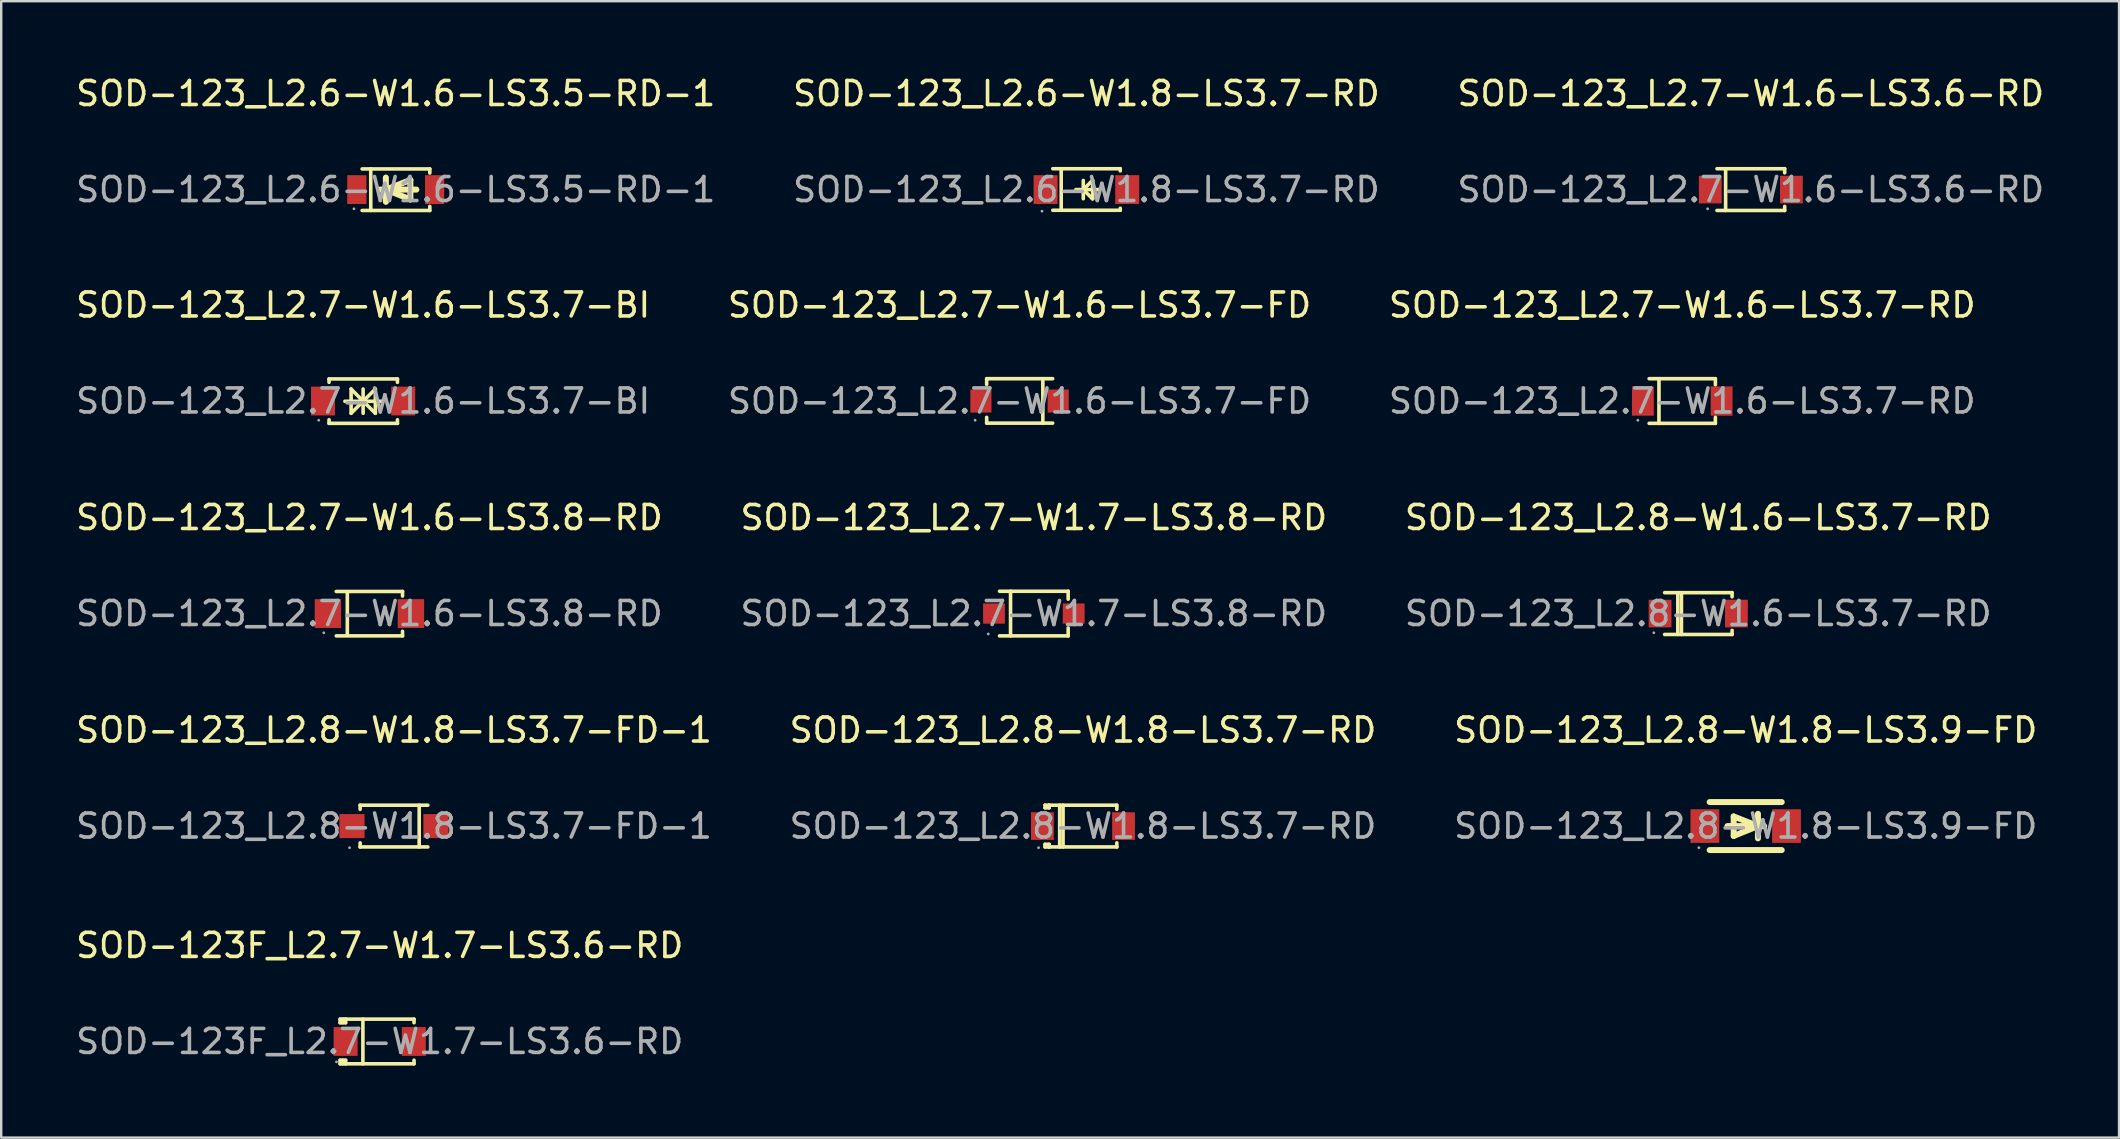
<source format=kicad_pcb>
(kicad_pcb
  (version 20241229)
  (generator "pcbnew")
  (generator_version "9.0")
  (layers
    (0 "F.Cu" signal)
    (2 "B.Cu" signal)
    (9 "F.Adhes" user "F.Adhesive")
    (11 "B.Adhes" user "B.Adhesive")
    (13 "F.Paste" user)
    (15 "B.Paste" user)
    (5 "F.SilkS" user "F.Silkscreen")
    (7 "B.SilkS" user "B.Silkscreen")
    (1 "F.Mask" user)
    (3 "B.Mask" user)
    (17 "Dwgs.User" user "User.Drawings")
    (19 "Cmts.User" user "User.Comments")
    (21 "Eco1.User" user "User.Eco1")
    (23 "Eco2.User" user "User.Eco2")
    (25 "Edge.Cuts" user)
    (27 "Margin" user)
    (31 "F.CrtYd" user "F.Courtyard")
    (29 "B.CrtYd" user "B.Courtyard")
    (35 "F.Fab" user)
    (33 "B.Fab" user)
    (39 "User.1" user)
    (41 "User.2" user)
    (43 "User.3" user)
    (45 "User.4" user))
  (footprint "SOD-123_L2.7-W1.7-LS3.8-RD"
    (layer "F.Cu")
    (at 40.018 22.51)
    (property "Reference" "SOD-123_L2.7-W1.7-LS3.8-RD" (at 0 -4 0) (layer "F.SilkS") (effects (font (size 1 1) (thickness 0.15))))
    (attr through_hole)
    (fp_line (start -1.43 -0.93) (end 1.43 -0.93) (stroke (width 0.15) (type solid)) (layer "F.SilkS"))
    (fp_line (start -1.43 0.93) (end 1.43 0.93) (stroke (width 0.15) (type solid)) (layer "F.SilkS"))
    (fp_line (start -0.97 0.93) (end -0.97 -0.93) (stroke (width 0.15) (type solid)) (layer "F.SilkS"))
    (fp_line (start 1.43 -0.93) (end 1.43 -0.6) (stroke (width 0.15) (type solid)) (layer "F.SilkS"))
    (fp_line (start 1.43 0.6) (end 1.43 0.93) (stroke (width 0.15) (type solid)) (layer "F.SilkS"))
    (fp_circle (center -1.9 0.85) (end -1.87 0.85) (stroke (width 0.06) (type solid)) (fill no) (layer "F.Fab"))
    (fp_text user "${REFERENCE}" (at 0 0 0) (layer "F.Fab") (effects (font (size 1 1) (thickness 0.15))))
    (pad "1" smd rect (at -1.66 0) (size 0.91 0.84) (layers "F.Cu" "F.Mask" "F.Paste"))
    (pad "2" smd rect (at 1.66 0) (size 0.91 0.84) (layers "F.Cu" "F.Mask" "F.Paste")))
  (footprint "SOD-123_L2.7-W1.6-LS3.7-BI"
    (layer "F.Cu")
    (at 12.077 13.656)
    (property "Reference" "SOD-123_L2.7-W1.6-LS3.7-BI" (at 0 -4 0) (layer "F.SilkS") (effects (font (size 1 1) (thickness 0.15))))
    (attr through_hole)
    (fp_line (start -1.42 -0.92) (end -1.42 -0.78) (stroke (width 0.15) (type solid)) (layer "F.SilkS"))
    (fp_line (start -1.42 -0.92) (end 1.43 -0.92) (stroke (width 0.15) (type solid)) (layer "F.SilkS"))
    (fp_line (start -1.42 0.78) (end -1.42 0.93) (stroke (width 0.15) (type solid)) (layer "F.SilkS"))
    (fp_line (start -1.42 0.93) (end 1.43 0.93) (stroke (width 0.15) (type solid)) (layer "F.SilkS"))
    (fp_line (start -0.76 0.01) (end 0.77 0.01) (stroke (width 0.15) (type solid)) (layer "F.SilkS"))
    (fp_line (start -0.5 -0.5) (end -0.5 0.51) (stroke (width 0.15) (type solid)) (layer "F.SilkS"))
    (fp_line (start 0 -0.5) (end 0 0.51) (stroke (width 0.15) (type solid)) (layer "F.SilkS"))
    (fp_line (start 0 0.01) (end -0.5 -0.5) (stroke (width 0.15) (type solid)) (layer "F.SilkS"))
    (fp_line (start 0 0.01) (end -0.5 0.51) (stroke (width 0.15) (type solid)) (layer "F.SilkS"))
    (fp_line (start 0 0.01) (end 0.51 -0.5) (stroke (width 0.15) (type solid)) (layer "F.SilkS"))
    (fp_line (start 0 0.01) (end 0.51 0.51) (stroke (width 0.15) (type solid)) (layer "F.SilkS"))
    (fp_line (start 0.51 0.51) (end 0.51 -0.5) (stroke (width 0.15) (type solid)) (layer "F.SilkS"))
    (fp_line (start 1.43 -0.92) (end 1.43 -0.78) (stroke (width 0.15) (type solid)) (layer "F.SilkS"))
    (fp_line (start 1.43 0.78) (end 1.43 0.93) (stroke (width 0.15) (type solid)) (layer "F.SilkS"))
    (fp_circle (center -1.85 0.8) (end -1.82 0.8) (stroke (width 0.06) (type solid)) (fill no) (layer "F.Fab"))
    (fp_text user "${REFERENCE}" (at 0 0 0) (layer "F.Fab") (effects (font (size 1 1) (thickness 0.15))))
    (pad "1" smd rect (at -1.67 0) (size 1 1.2) (layers "F.Cu" "F.Mask" "F.Paste"))
    (pad "2" smd rect (at 1.67 0) (size 1 1.2) (layers "F.Cu" "F.Mask" "F.Paste")))
  (footprint "SOD-123_L2.6-W1.6-LS3.5-RD-1"
    (layer "F.Cu")
    (at 13.435 4.848)
    (property "Reference" "SOD-123_L2.6-W1.6-LS3.5-RD-1" (at 0 -4 0) (layer "F.SilkS") (effects (font (size 1 1) (thickness 0.15))))
    (attr smd)
    (fp_line (start -1.4 -0.86) (end 1.42 -0.86) (stroke (width 0.15) (type solid)) (layer "F.SilkS"))
    (fp_line (start -1.4 0.87) (end 1.42 0.87) (stroke (width 0.15) (type solid)) (layer "F.SilkS"))
    (fp_line (start -1.04 -0.86) (end -1.04 0.87) (stroke (width 0.15) (type solid)) (layer "F.SilkS"))
    (fp_line (start -0.66 0) (end 0.86 0) (stroke (width 0.25) (type solid)) (layer "F.SilkS"))
    (fp_line (start -0.41 -0.5) (end -0.41 0.51) (stroke (width 0.25) (type solid)) (layer "F.SilkS"))
    (fp_line (start -0.41 0) (end 0.61 -0.4) (stroke (width 0.25) (type solid)) (layer "F.SilkS"))
    (fp_line (start 0.61 -0.4) (end 0.61 0.41) (stroke (width 0.25) (type solid)) (layer "F.SilkS"))
    (fp_line (start 0.61 0.41) (end -0.41 0) (stroke (width 0.25) (type solid)) (layer "F.SilkS"))
    (fp_line (start 1.42 -0.86) (end 1.42 -0.69) (stroke (width 0.15) (type solid)) (layer "F.SilkS"))
    (fp_line (start 1.42 0.87) (end 1.42 0.7) (stroke (width 0.15) (type solid)) (layer "F.SilkS"))
    (fp_circle (center -1.74 0.8) (end -1.71 0.8) (stroke (width 0.06) (type solid)) (fill no) (layer "F.Fab"))
    (fp_text user "${REFERENCE}" (at 0 0 0) (layer "F.Fab") (effects (font (size 1 1) (thickness 0.15))))
    (pad "1" smd rect (at -1.62 0) (size 0.8 1.2) (layers "F.Cu" "F.Mask" "F.Paste"))
    (pad "2" smd rect (at 1.62 0) (size 0.8 1.2) (layers "F.Cu" "F.Mask" "F.Paste")))
  (footprint "SOD-123_L2.8-W1.8-LS3.7-FD-1"
    (layer "F.Cu")
    (at 13.363 31.363)
    (property "Reference" "SOD-123_L2.8-W1.8-LS3.7-FD-1" (at 0 -4 0) (layer "F.SilkS") (effects (font (size 1 1) (thickness 0.15))))
    (attr smd)
    (fp_line (start -1.41 -0.87) (end -1.41 -0.7) (stroke (width 0.15) (type solid)) (layer "F.SilkS"))
    (fp_line (start -1.41 0.87) (end -1.41 0.7) (stroke (width 0.15) (type solid)) (layer "F.SilkS"))
    (fp_line (start 1.05 0.87) (end 1.05 -0.87) (stroke (width 0.15) (type solid)) (layer "F.SilkS"))
    (fp_line (start 1.41 -0.87) (end -1.41 -0.87) (stroke (width 0.15) (type solid)) (layer "F.SilkS"))
    (fp_line (start 1.41 0.87) (end -1.41 0.87) (stroke (width 0.15) (type solid)) (layer "F.SilkS"))
    (fp_circle (center -1.85 0.9) (end -1.82 0.9) (stroke (width 0.06) (type solid)) (fill no) (layer "F.Fab"))
    (fp_text user "${REFERENCE}" (at 0 0 0) (layer "F.Fab") (effects (font (size 1 1) (thickness 0.15))))
    (pad "1" smd rect (at -1.75 0 180) (size 1.05 1) (layers "F.Cu" "F.Mask" "F.Paste"))
    (pad "2" smd rect (at 1.75 0 180) (size 1.05 1) (layers "F.Cu" "F.Mask" "F.Paste")))
  (footprint "SOD-123F_L2.7-W1.7-LS3.6-RD"
    (layer "F.Cu")
    (at 12.768 40.336)
    (property "Reference" "SOD-123F_L2.7-W1.7-LS3.6-RD" (at 0 -4 0) (layer "F.SilkS") (effects (font (size 1 1) (thickness 0.15))))
    (attr smd)
    (fp_line (start -1.65 -0.93) (end -1.65 -0.78) (stroke (width 0.15) (type solid)) (layer "F.SilkS"))
    (fp_line (start -1.65 0.93) (end -1.65 0.78) (stroke (width 0.15) (type solid)) (layer "F.SilkS"))
    (fp_line (start -1.54 -0.93) (end -1.54 -0.78) (stroke (width 0.15) (type solid)) (layer "F.SilkS"))
    (fp_line (start -1.54 0.78) (end -1.54 0.93) (stroke (width 0.15) (type solid)) (layer "F.SilkS"))
    (fp_line (start -1.42 -0.93) (end -1.65 -0.93) (stroke (width 0.15) (type solid)) (layer "F.SilkS"))
    (fp_line (start -1.42 -0.93) (end -1.42 -0.78) (stroke (width 0.15) (type solid)) (layer "F.SilkS"))
    (fp_line (start -1.42 -0.93) (end 1.43 -0.93) (stroke (width 0.15) (type solid)) (layer "F.SilkS"))
    (fp_line (start -1.42 -0.78) (end -1.65 -0.78) (stroke (width 0.15) (type solid)) (layer "F.SilkS"))
    (fp_line (start -1.42 0.78) (end -1.65 0.78) (stroke (width 0.15) (type solid)) (layer "F.SilkS"))
    (fp_line (start -1.42 0.78) (end -1.42 0.93) (stroke (width 0.15) (type solid)) (layer "F.SilkS"))
    (fp_line (start -1.42 0.93) (end -1.65 0.93) (stroke (width 0.15) (type solid)) (layer "F.SilkS"))
    (fp_line (start -1.42 0.93) (end 1.43 0.93) (stroke (width 0.15) (type solid)) (layer "F.SilkS"))
    (fp_line (start -0.7 -0.93) (end -0.7 0.93) (stroke (width 0.15) (type solid)) (layer "F.SilkS"))
    (fp_line (start 1.43 -0.93) (end 1.43 -0.78) (stroke (width 0.15) (type solid)) (layer "F.SilkS"))
    (fp_line (start 1.43 0.78) (end 1.43 0.93) (stroke (width 0.15) (type solid)) (layer "F.SilkS"))
    (fp_circle (center -1.8 0.85) (end -1.77 0.85) (stroke (width 0.06) (type solid)) (fill no) (layer "F.Fab"))
    (fp_text user "${REFERENCE}" (at 0 0 0) (layer "F.Fab") (effects (font (size 1 1) (thickness 0.15))))
    (pad "1" smd rect (at -1.42 0) (size 1 1.2) (layers "F.Cu" "F.Mask" "F.Paste"))
    (pad "2" smd rect (at 1.42 0) (size 1 1.2) (layers "F.Cu" "F.Mask" "F.Paste")))
  (footprint "SOD-123_L2.8-W1.8-LS3.7-RD"
    (layer "F.Cu")
    (at 42.065 31.363)
    (property "Reference" "SOD-123_L2.8-W1.8-LS3.7-RD" (at 0 -4 0) (layer "F.SilkS") (effects (font (size 1 1) (thickness 0.15))))
    (attr smd)
    (fp_line (start -1.58 -0.87) (end -1.41 -0.87) (stroke (width 0.15) (type solid)) (layer "F.SilkS"))
    (fp_line (start -1.58 -0.76) (end -1.58 -0.87) (stroke (width 0.15) (type solid)) (layer "F.SilkS"))
    (fp_line (start -1.58 -0.76) (end -1.41 -0.76) (stroke (width 0.15) (type solid)) (layer "F.SilkS"))
    (fp_line (start -1.58 0.76) (end -1.41 0.76) (stroke (width 0.15) (type solid)) (layer "F.SilkS"))
    (fp_line (start -1.58 0.87) (end -1.58 0.76) (stroke (width 0.15) (type solid)) (layer "F.SilkS"))
    (fp_line (start -1.41 -0.87) (end -1.41 -0.76) (stroke (width 0.15) (type solid)) (layer "F.SilkS"))
    (fp_line (start -1.41 -0.87) (end 1.41 -0.87) (stroke (width 0.15) (type solid)) (layer "F.SilkS"))
    (fp_line (start -1.41 0.76) (end -1.41 0.87) (stroke (width 0.15) (type solid)) (layer "F.SilkS"))
    (fp_line (start -1.41 0.87) (end -1.58 0.87) (stroke (width 0.15) (type solid)) (layer "F.SilkS"))
    (fp_line (start -1.41 0.87) (end 1.41 0.87) (stroke (width 0.15) (type solid)) (layer "F.SilkS"))
    (fp_line (start -0.97 -0.87) (end -0.97 0.87) (stroke (width 0.15) (type solid)) (layer "F.SilkS"))
    (fp_line (start -0.83 -0.87) (end -0.83 0.87) (stroke (width 0.15) (type solid)) (layer "F.SilkS"))
    (fp_line (start 1.41 -0.87) (end 1.41 -0.7) (stroke (width 0.15) (type solid)) (layer "F.SilkS"))
    (fp_line (start 1.41 0.87) (end 1.41 0.7) (stroke (width 0.15) (type solid)) (layer "F.SilkS"))
    (fp_circle (center -1.85 0.9) (end -1.82 0.9) (stroke (width 0.06) (type solid)) (fill no) (layer "F.Fab"))
    (fp_text user "${REFERENCE}" (at 0 0 0) (layer "F.Fab") (effects (font (size 1 1) (thickness 0.15))))
    (pad "1" smd rect (at -1.69 0) (size 0.95 1.15) (layers "F.Cu" "F.Mask" "F.Paste"))
    (pad "2" smd rect (at 1.69 0) (size 0.95 1.15) (layers "F.Cu" "F.Mask" "F.Paste")))
  (footprint "SOD-123_L2.7-W1.6-LS3.7-RD"
    (layer "F.Cu")
    (at 67.03 13.656)
    (property "Reference" "SOD-123_L2.7-W1.6-LS3.7-RD" (at 0 -4 0) (layer "F.SilkS") (effects (font (size 1 1) (thickness 0.15))))
    (attr through_hole)
    (fp_line (start -1.38 -0.93) (end 1.38 -0.93) (stroke (width 0.15) (type solid)) (layer "F.SilkS"))
    (fp_line (start -1.38 0.93) (end 1.38 0.93) (stroke (width 0.15) (type solid)) (layer "F.SilkS"))
    (fp_line (start -0.97 -0.93) (end -0.97 0.93) (stroke (width 0.15) (type solid)) (layer "F.SilkS"))
    (fp_line (start 1.38 -0.93) (end 1.38 -0.68) (stroke (width 0.15) (type solid)) (layer "F.SilkS"))
    (fp_line (start 1.38 0.93) (end 1.38 0.68) (stroke (width 0.15) (type solid)) (layer "F.SilkS"))
    (fp_circle (center -1.85 0.8) (end -1.82 0.8) (stroke (width 0.06) (type solid)) (fill no) (layer "F.Fab"))
    (fp_text user "${REFERENCE}" (at 0 0 0) (layer "F.Fab") (effects (font (size 1 1) (thickness 0.15))))
    (pad "1" smd rect (at -1.64 0) (size 0.91 1.22) (layers "F.Cu" "F.Mask" "F.Paste"))
    (pad "2" smd rect (at 1.64 0) (size 0.91 1.22) (layers "F.Cu" "F.Mask" "F.Paste")))
  (footprint "SOD-123_L2.7-W1.6-LS3.8-RD"
    (layer "F.Cu")
    (at 12.339 22.51)
    (property "Reference" "SOD-123_L2.7-W1.6-LS3.8-RD" (at 0 -4 0) (layer "F.SilkS") (effects (font (size 1 1) (thickness 0.15))))
    (attr through_hole)
    (fp_line (start -1.38 -0.92) (end 1.38 -0.92) (stroke (width 0.15) (type solid)) (layer "F.SilkS"))
    (fp_line (start -1.38 0.93) (end 1.38 0.93) (stroke (width 0.15) (type solid)) (layer "F.SilkS"))
    (fp_line (start -0.92 -0.87) (end -0.92 0.88) (stroke (width 0.15) (type solid)) (layer "F.SilkS"))
    (fp_line (start 1.38 -0.92) (end 1.38 -0.73) (stroke (width 0.15) (type solid)) (layer "F.SilkS"))
    (fp_line (start 1.38 0.93) (end 1.38 0.74) (stroke (width 0.15) (type solid)) (layer "F.SilkS"))
    (fp_circle (center -1.9 0.8) (end -1.87 0.8) (stroke (width 0.06) (type solid)) (fill no) (layer "F.Fab"))
    (fp_text user "${REFERENCE}" (at 0 0 0) (layer "F.Fab") (effects (font (size 1 1) (thickness 0.15))))
    (pad "1" smd rect (at -1.73 0) (size 1.1 1.2) (layers "F.Cu" "F.Mask" "F.Paste"))
    (pad "2" smd rect (at 1.73 0) (size 1.1 1.2) (layers "F.Cu" "F.Mask" "F.Paste")))
  (footprint "SOD-123_L2.6-W1.8-LS3.7-RD"
    (layer "F.Cu")
    (at 42.208 4.848)
    (property "Reference" "SOD-123_L2.6-W1.8-LS3.7-RD" (at 0 -4 0) (layer "F.SilkS") (effects (font (size 1 1) (thickness 0.15))))
    (attr through_hole)
    (fp_line (start -1.4 -0.87) (end 1.41 -0.87) (stroke (width 0.15) (type solid)) (layer "F.SilkS"))
    (fp_line (start -1.4 0.86) (end 1.41 0.86) (stroke (width 0.15) (type solid)) (layer "F.SilkS"))
    (fp_line (start -1.05 -0.87) (end -1.05 0.86) (stroke (width 0.15) (type solid)) (layer "F.SilkS"))
    (fp_line (start -0.44 0) (end 0.51 0) (stroke (width 0.15) (type solid)) (layer "F.SilkS"))
    (fp_line (start -0.13 -0.38) (end -0.13 0.38) (stroke (width 0.15) (type solid)) (layer "F.SilkS"))
    (fp_line (start 0.25 -0.38) (end -0.13 0) (stroke (width 0.15) (type solid)) (layer "F.SilkS"))
    (fp_line (start 0.25 0.38) (end -0.13 0) (stroke (width 0.15) (type solid)) (layer "F.SilkS"))
    (fp_line (start 0.26 -0.38) (end 0.25 -0.38) (stroke (width 0.15) (type solid)) (layer "F.SilkS"))
    (fp_line (start 0.26 -0.38) (end 0.26 0.38) (stroke (width 0.15) (type solid)) (layer "F.SilkS"))
    (fp_line (start 0.26 0.38) (end 0.25 0.38) (stroke (width 0.15) (type solid)) (layer "F.SilkS"))
    (fp_line (start 1.41 -0.87) (end 1.41 -0.78) (stroke (width 0.15) (type solid)) (layer "F.SilkS"))
    (fp_line (start 1.41 0.78) (end 1.41 0.86) (stroke (width 0.15) (type solid)) (layer "F.SilkS"))
    (fp_circle (center -1.85 0.9) (end -1.82 0.9) (stroke (width 0.06) (type solid)) (fill no) (layer "F.Fab"))
    (fp_text user "${REFERENCE}" (at 0 0 0) (layer "F.Fab") (effects (font (size 1 1) (thickness 0.15))))
    (pad "1" smd rect (at -1.7 0) (size 1 1.2) (layers "F.Cu" "F.Mask" "F.Paste"))
    (pad "2" smd rect (at 1.7 0) (size 1 1.2) (layers "F.Cu" "F.Mask" "F.Paste")))
  (footprint "SOD-123_L2.8-W1.8-LS3.9-FD"
    (layer "F.Cu")
    (at 69.673 31.363)
    (property "Reference" "SOD-123_L2.8-W1.8-LS3.9-FD" (at 0 -4 0) (layer "F.SilkS") (effects (font (size 1 1) (thickness 0.15))))
    (attr smd)
    (fp_line (start -1.5 -1) (end 1.5 -1) (stroke (width 0.25) (type solid)) (layer "F.SilkS"))
    (fp_line (start -1.5 1) (end 1.5 1) (stroke (width 0.25) (type solid)) (layer "F.SilkS"))
    (fp_line (start -0.5 -0.4) (end 0.51 0) (stroke (width 0.25) (type solid)) (layer "F.SilkS"))
    (fp_line (start -0.5 0.41) (end -0.5 -0.4) (stroke (width 0.25) (type solid)) (layer "F.SilkS"))
    (fp_line (start 0.51 0) (end -0.5 0.41) (stroke (width 0.25) (type solid)) (layer "F.SilkS"))
    (fp_line (start 0.51 0.51) (end 0.51 -0.51) (stroke (width 0.25) (type solid)) (layer "F.SilkS"))
    (fp_line (start 0.77 0) (end -0.76 0) (stroke (width 0.25) (type solid)) (layer "F.SilkS"))
    (fp_circle (center -1.95 0.9) (end -1.92 0.9) (stroke (width 0.06) (type solid)) (fill no) (layer "F.Fab"))
    (fp_text user "${REFERENCE}" (at 0 0 0) (layer "F.Fab") (effects (font (size 1 1) (thickness 0.15))))
    (pad "1" smd rect (at -1.7 0) (size 1.2 1.4) (layers "F.Cu" "F.Mask" "F.Paste"))
    (pad "2" smd rect (at 1.7 0) (size 1.2 1.4) (layers "F.Cu" "F.Mask" "F.Paste")))
  (footprint "SOD-123_L2.7-W1.6-LS3.7-FD"
    (layer "F.Cu")
    (at 39.423 13.656)
    (property "Reference" "SOD-123_L2.7-W1.6-LS3.7-FD" (at 0 -4 0) (layer "F.SilkS") (effects (font (size 1 1) (thickness 0.15))))
    (attr smd)
    (fp_line (start -1.37 -0.93) (end -1.37 -0.69) (stroke (width 0.15) (type solid)) (layer "F.SilkS"))
    (fp_line (start -1.37 0.92) (end -1.37 0.68) (stroke (width 0.15) (type solid)) (layer "F.SilkS"))
    (fp_line (start 0.97 0.92) (end 0.97 -0.93) (stroke (width 0.15) (type solid)) (layer "F.SilkS"))
    (fp_line (start 1.38 -0.93) (end -1.37 -0.93) (stroke (width 0.15) (type solid)) (layer "F.SilkS"))
    (fp_line (start 1.38 0.92) (end -1.37 0.92) (stroke (width 0.15) (type solid)) (layer "F.SilkS"))
    (fp_circle (center -1.85 0.8) (end -1.82 0.8) (stroke (width 0.06) (type solid)) (fill no) (layer "F.Fab"))
    (fp_text user "${REFERENCE}" (at 0 0 0) (layer "F.Fab") (effects (font (size 1 1) (thickness 0.15))))
    (pad "1" smd rect (at -1.61 0 180) (size 0.88 0.96) (layers "F.Cu" "F.Mask" "F.Paste"))
    (pad "2" smd rect (at 1.61 0 180) (size 0.88 0.96) (layers "F.Cu" "F.Mask" "F.Paste")))
  (footprint "SOD-123_L2.7-W1.6-LS3.6-RD"
    (layer "F.Cu")
    (at 69.887 4.848)
    (property "Reference" "SOD-123_L2.7-W1.6-LS3.6-RD" (at 0 -4 0) (layer "F.SilkS") (effects (font (size 1 1) (thickness 0.15))))
    (attr smd)
    (fp_line (start -1.41 -0.87) (end 1.41 -0.87) (stroke (width 0.15) (type solid)) (layer "F.SilkS"))
    (fp_line (start -1.41 0.87) (end 1.41 0.87) (stroke (width 0.15) (type solid)) (layer "F.SilkS"))
    (fp_line (start -1.05 -0.87) (end -1.05 0.87) (stroke (width 0.15) (type solid)) (layer "F.SilkS"))
    (fp_line (start 1.41 -0.87) (end 1.41 -0.7) (stroke (width 0.15) (type solid)) (layer "F.SilkS"))
    (fp_line (start 1.41 0.87) (end 1.41 0.7) (stroke (width 0.15) (type solid)) (layer "F.SilkS"))
    (fp_circle (center -1.8 0.8) (end -1.77 0.8) (stroke (width 0.06) (type solid)) (fill no) (layer "F.Fab"))
    (fp_text user "${REFERENCE}" (at 0 0 0) (layer "F.Fab") (effects (font (size 1 1) (thickness 0.15))))
    (pad "1" smd rect (at -1.69 0) (size 0.95 1.15) (layers "F.Cu" "F.Mask" "F.Paste"))
    (pad "2" smd rect (at 1.69 0) (size 0.95 1.15) (layers "F.Cu" "F.Mask" "F.Paste")))
  (footprint "SOD-123_L2.8-W1.6-LS3.7-RD"
    (layer "F.Cu")
    (at 67.696 22.51)
    (property "Reference" "SOD-123_L2.8-W1.6-LS3.7-RD" (at 0 -4 0) (layer "F.SilkS") (effects (font (size 1 1) (thickness 0.15))))
    (attr through_hole)
    (fp_line (start -1.4 -0.87) (end 1.41 -0.87) (stroke (width 0.15) (type solid)) (layer "F.SilkS"))
    (fp_line (start -1.4 0.87) (end 1.41 0.87) (stroke (width 0.15) (type solid)) (layer "F.SilkS"))
    (fp_line (start -0.85 -0.87) (end -0.85 0.87) (stroke (width 0.15) (type solid)) (layer "F.SilkS"))
    (fp_line (start -0.7 -0.87) (end -0.7 0.87) (stroke (width 0.15) (type solid)) (layer "F.SilkS"))
    (fp_line (start 1.41 -0.87) (end 1.41 -0.7) (stroke (width 0.15) (type solid)) (layer "F.SilkS"))
    (fp_line (start 1.41 0.87) (end 1.41 0.7) (stroke (width 0.15) (type solid)) (layer "F.SilkS"))
    (fp_circle (center -1.85 0.8) (end -1.82 0.8) (stroke (width 0.06) (type solid)) (fill no) (layer "F.Fab"))
    (fp_text user "${REFERENCE}" (at 0 0 0) (layer "F.Fab") (effects (font (size 1 1) (thickness 0.15))))
    (pad "1" smd rect (at -1.59 0) (size 0.95 1.15) (layers "F.Cu" "F.Mask" "F.Paste"))
    (pad "2" smd rect (at 1.59 0) (size 0.95 1.15) (layers "F.Cu" "F.Mask" "F.Paste")))
  (gr_rect
    (start -3 -3)
    (end 85.226 44.341)
    (stroke (width 0.1) (type default))
    (fill no)
    (layer "Edge.Cuts")))
</source>
